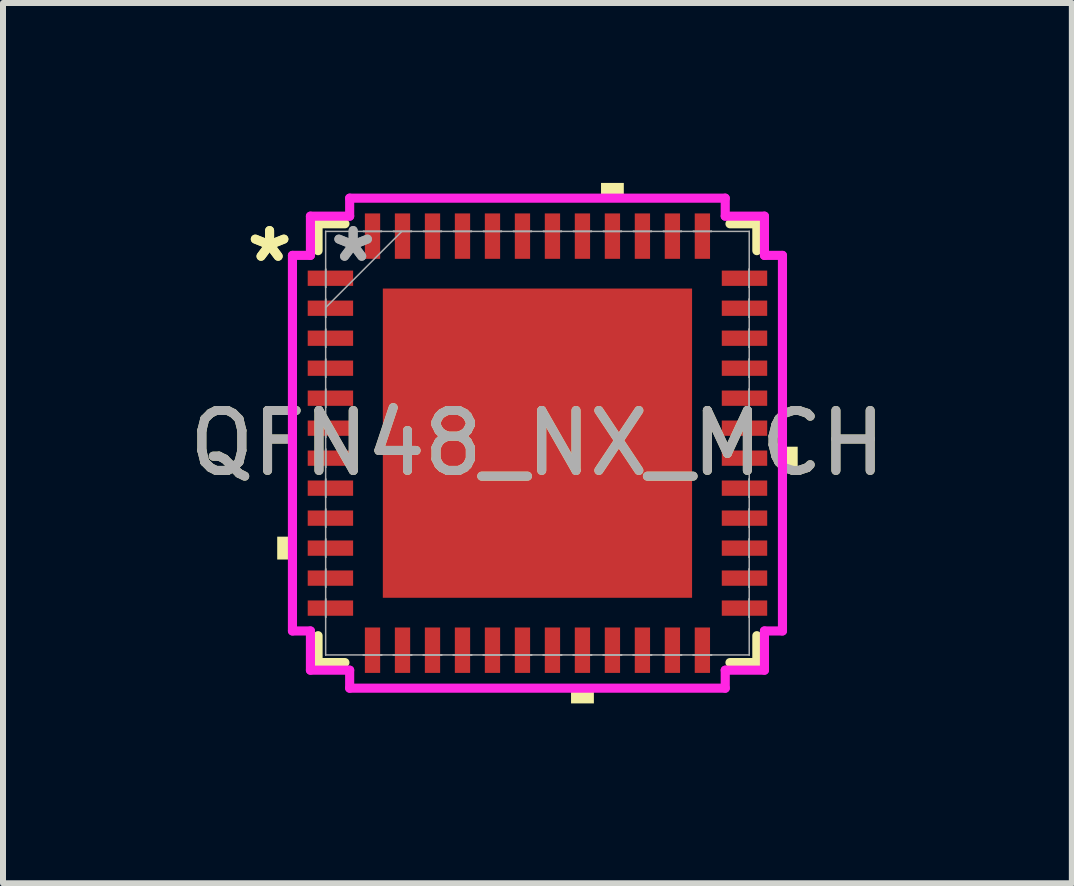
<source format=kicad_pcb>
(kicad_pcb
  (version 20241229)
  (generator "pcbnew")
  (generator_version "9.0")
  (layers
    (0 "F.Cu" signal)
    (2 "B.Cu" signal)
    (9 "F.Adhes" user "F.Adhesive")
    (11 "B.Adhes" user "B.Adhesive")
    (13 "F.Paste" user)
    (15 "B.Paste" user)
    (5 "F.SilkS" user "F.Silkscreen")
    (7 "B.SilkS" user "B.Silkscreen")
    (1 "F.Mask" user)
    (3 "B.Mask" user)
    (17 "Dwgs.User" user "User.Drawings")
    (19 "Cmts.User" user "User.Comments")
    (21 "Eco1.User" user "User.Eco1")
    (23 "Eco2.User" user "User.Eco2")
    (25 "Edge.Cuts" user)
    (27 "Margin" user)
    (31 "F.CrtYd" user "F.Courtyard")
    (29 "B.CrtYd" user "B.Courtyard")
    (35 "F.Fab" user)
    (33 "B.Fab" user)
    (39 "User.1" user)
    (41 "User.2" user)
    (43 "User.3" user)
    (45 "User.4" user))
  (footprint "QFN48_NX_MCH"
    (layer "F.Cu")
    (at 5.911 4.339)
    (property "Reference" "QFN48_NX_MCH" (at 0 0 0) (unlocked yes) (layer "F.SilkS") (effects (font (size 1 1) (thickness 0.15))))
    (attr smd)
    (fp_line (start -3.658 -3.658) (end -3.658 -3.21) (stroke (width 0.152) (type solid)) (layer "F.SilkS"))
    (fp_line (start -3.658 3.21) (end -3.658 3.658) (stroke (width 0.152) (type solid)) (layer "F.SilkS"))
    (fp_line (start -3.658 3.658) (end -3.21 3.658) (stroke (width 0.152) (type solid)) (layer "F.SilkS"))
    (fp_line (start -3.21 -3.658) (end -3.658 -3.658) (stroke (width 0.152) (type solid)) (layer "F.SilkS"))
    (fp_line (start 3.21 3.658) (end 3.658 3.658) (stroke (width 0.152) (type solid)) (layer "F.SilkS"))
    (fp_line (start 3.658 -3.658) (end 3.21 -3.658) (stroke (width 0.152) (type solid)) (layer "F.SilkS"))
    (fp_line (start 3.658 -3.21) (end 3.658 -3.658) (stroke (width 0.152) (type solid)) (layer "F.SilkS"))
    (fp_line (start 3.658 3.658) (end 3.658 3.21) (stroke (width 0.152) (type solid)) (layer "F.SilkS"))
    (fp_poly (pts (xy -4.339 1.559) (xy -4.339 1.94) (xy -4.085 1.94) (xy -4.085 1.559)) (stroke (width 0) (type solid)) (fill yes) (layer "F.SilkS"))
    (fp_poly (pts (xy 0.56 4.085) (xy 0.56 4.339) (xy 0.941 4.339) (xy 0.941 4.085)) (stroke (width 0) (type solid)) (fill yes) (layer "F.SilkS"))
    (fp_poly (pts (xy 1.06 -4.085) (xy 1.06 -4.339) (xy 1.44 -4.339) (xy 1.44 -4.085)) (stroke (width 0) (type solid)) (fill yes) (layer "F.SilkS"))
    (fp_poly (pts (xy 4.339 0.059) (xy 4.339 0.441) (xy 4.085 0.441) (xy 4.085 0.059)) (stroke (width 0) (type solid)) (fill yes) (layer "F.SilkS"))
    (fp_poly (pts (xy -2.478 -2.478) (xy -2.478 -1.389) (xy -1.389 -1.389) (xy -1.389 -2.478)) (stroke (width 0) (type solid)) (fill yes) (layer "F.Paste"))
    (fp_poly (pts (xy -2.478 -1.189) (xy -2.478 -0.1) (xy -1.389 -0.1) (xy -1.389 -1.189)) (stroke (width 0) (type solid)) (fill yes) (layer "F.Paste"))
    (fp_poly (pts (xy -2.478 0.1) (xy -2.478 1.189) (xy -1.389 1.189) (xy -1.389 0.1)) (stroke (width 0) (type solid)) (fill yes) (layer "F.Paste"))
    (fp_poly (pts (xy -2.478 1.389) (xy -2.478 2.478) (xy -1.389 2.478) (xy -1.389 1.389)) (stroke (width 0) (type solid)) (fill yes) (layer "F.Paste"))
    (fp_poly (pts (xy -1.189 -2.478) (xy -1.189 -1.389) (xy -0.1 -1.389) (xy -0.1 -2.478)) (stroke (width 0) (type solid)) (fill yes) (layer "F.Paste"))
    (fp_poly (pts (xy -1.189 -1.189) (xy -1.189 -0.1) (xy -0.1 -0.1) (xy -0.1 -1.189)) (stroke (width 0) (type solid)) (fill yes) (layer "F.Paste"))
    (fp_poly (pts (xy -1.189 0.1) (xy -1.189 1.189) (xy -0.1 1.189) (xy -0.1 0.1)) (stroke (width 0) (type solid)) (fill yes) (layer "F.Paste"))
    (fp_poly (pts (xy -1.189 1.389) (xy -1.189 2.478) (xy -0.1 2.478) (xy -0.1 1.389)) (stroke (width 0) (type solid)) (fill yes) (layer "F.Paste"))
    (fp_poly (pts (xy 0.1 -2.478) (xy 0.1 -1.389) (xy 1.189 -1.389) (xy 1.189 -2.478)) (stroke (width 0) (type solid)) (fill yes) (layer "F.Paste"))
    (fp_poly (pts (xy 0.1 -1.189) (xy 0.1 -0.1) (xy 1.189 -0.1) (xy 1.189 -1.189)) (stroke (width 0) (type solid)) (fill yes) (layer "F.Paste"))
    (fp_poly (pts (xy 0.1 0.1) (xy 0.1 1.189) (xy 1.189 1.189) (xy 1.189 0.1)) (stroke (width 0) (type solid)) (fill yes) (layer "F.Paste"))
    (fp_poly (pts (xy 0.1 1.389) (xy 0.1 2.478) (xy 1.189 2.478) (xy 1.189 1.389)) (stroke (width 0) (type solid)) (fill yes) (layer "F.Paste"))
    (fp_poly (pts (xy 1.389 -2.478) (xy 1.389 -1.389) (xy 2.478 -1.389) (xy 2.478 -2.478)) (stroke (width 0) (type solid)) (fill yes) (layer "F.Paste"))
    (fp_poly (pts (xy 1.389 -1.189) (xy 1.389 -0.1) (xy 2.478 -0.1) (xy 2.478 -1.189)) (stroke (width 0) (type solid)) (fill yes) (layer "F.Paste"))
    (fp_poly (pts (xy 1.389 0.1) (xy 1.389 1.189) (xy 2.478 1.189) (xy 2.478 0.1)) (stroke (width 0) (type solid)) (fill yes) (layer "F.Paste"))
    (fp_poly (pts (xy 1.389 1.389) (xy 1.389 2.478) (xy 2.478 2.478) (xy 2.478 1.389)) (stroke (width 0) (type solid)) (fill yes) (layer "F.Paste"))
    (fp_line (start -4.085 -3.131) (end -3.785 -3.131) (stroke (width 0.152) (type solid)) (layer "F.CrtYd"))
    (fp_line (start -4.085 3.131) (end -4.085 -3.131) (stroke (width 0.152) (type solid)) (layer "F.CrtYd"))
    (fp_line (start -3.785 -3.785) (end -3.131 -3.785) (stroke (width 0.152) (type solid)) (layer "F.CrtYd"))
    (fp_line (start -3.785 -3.131) (end -3.785 -3.785) (stroke (width 0.152) (type solid)) (layer "F.CrtYd"))
    (fp_line (start -3.785 3.131) (end -4.085 3.131) (stroke (width 0.152) (type solid)) (layer "F.CrtYd"))
    (fp_line (start -3.785 3.785) (end -3.785 3.131) (stroke (width 0.152) (type solid)) (layer "F.CrtYd"))
    (fp_line (start -3.131 -4.085) (end 3.131 -4.085) (stroke (width 0.152) (type solid)) (layer "F.CrtYd"))
    (fp_line (start -3.131 -3.785) (end -3.131 -4.085) (stroke (width 0.152) (type solid)) (layer "F.CrtYd"))
    (fp_line (start -3.131 3.785) (end -3.785 3.785) (stroke (width 0.152) (type solid)) (layer "F.CrtYd"))
    (fp_line (start -3.131 4.085) (end -3.131 3.785) (stroke (width 0.152) (type solid)) (layer "F.CrtYd"))
    (fp_line (start 3.131 -4.085) (end 3.131 -3.785) (stroke (width 0.152) (type solid)) (layer "F.CrtYd"))
    (fp_line (start 3.131 -3.785) (end 3.785 -3.785) (stroke (width 0.152) (type solid)) (layer "F.CrtYd"))
    (fp_line (start 3.131 3.785) (end 3.131 4.085) (stroke (width 0.152) (type solid)) (layer "F.CrtYd"))
    (fp_line (start 3.131 4.085) (end -3.131 4.085) (stroke (width 0.152) (type solid)) (layer "F.CrtYd"))
    (fp_line (start 3.785 -3.785) (end 3.785 -3.131) (stroke (width 0.152) (type solid)) (layer "F.CrtYd"))
    (fp_line (start 3.785 -3.131) (end 4.085 -3.131) (stroke (width 0.152) (type solid)) (layer "F.CrtYd"))
    (fp_line (start 3.785 3.131) (end 3.785 3.785) (stroke (width 0.152) (type solid)) (layer "F.CrtYd"))
    (fp_line (start 3.785 3.785) (end 3.131 3.785) (stroke (width 0.152) (type solid)) (layer "F.CrtYd"))
    (fp_line (start 4.085 -3.131) (end 4.085 3.131) (stroke (width 0.152) (type solid)) (layer "F.CrtYd"))
    (fp_line (start 4.085 3.131) (end 3.785 3.131) (stroke (width 0.152) (type solid)) (layer "F.CrtYd"))
    (fp_line (start -3.531 -3.531) (end -3.531 -3.531) (stroke (width 0.025) (type solid)) (layer "F.Fab"))
    (fp_line (start -3.531 -3.531) (end -3.531 3.531) (stroke (width 0.025) (type solid)) (layer "F.Fab"))
    (fp_line (start -3.531 -2.902) (end -3.531 -2.902) (stroke (width 0.025) (type solid)) (layer "F.Fab"))
    (fp_line (start -3.531 -2.902) (end -3.531 -2.598) (stroke (width 0.025) (type solid)) (layer "F.Fab"))
    (fp_line (start -3.531 -2.598) (end -3.531 -2.902) (stroke (width 0.025) (type solid)) (layer "F.Fab"))
    (fp_line (start -3.531 -2.598) (end -3.531 -2.598) (stroke (width 0.025) (type solid)) (layer "F.Fab"))
    (fp_line (start -3.531 -2.402) (end -3.531 -2.402) (stroke (width 0.025) (type solid)) (layer "F.Fab"))
    (fp_line (start -3.531 -2.402) (end -3.531 -2.098) (stroke (width 0.025) (type solid)) (layer "F.Fab"))
    (fp_line (start -3.531 -2.261) (end -2.261 -3.531) (stroke (width 0.025) (type solid)) (layer "F.Fab"))
    (fp_line (start -3.531 -2.098) (end -3.531 -2.402) (stroke (width 0.025) (type solid)) (layer "F.Fab"))
    (fp_line (start -3.531 -2.098) (end -3.531 -2.098) (stroke (width 0.025) (type solid)) (layer "F.Fab"))
    (fp_line (start -3.531 -1.902) (end -3.531 -1.902) (stroke (width 0.025) (type solid)) (layer "F.Fab"))
    (fp_line (start -3.531 -1.902) (end -3.531 -1.598) (stroke (width 0.025) (type solid)) (layer "F.Fab"))
    (fp_line (start -3.531 -1.598) (end -3.531 -1.902) (stroke (width 0.025) (type solid)) (layer "F.Fab"))
    (fp_line (start -3.531 -1.598) (end -3.531 -1.598) (stroke (width 0.025) (type solid)) (layer "F.Fab"))
    (fp_line (start -3.531 -1.402) (end -3.531 -1.402) (stroke (width 0.025) (type solid)) (layer "F.Fab"))
    (fp_line (start -3.531 -1.402) (end -3.531 -1.098) (stroke (width 0.025) (type solid)) (layer "F.Fab"))
    (fp_line (start -3.531 -1.098) (end -3.531 -1.402) (stroke (width 0.025) (type solid)) (layer "F.Fab"))
    (fp_line (start -3.531 -1.098) (end -3.531 -1.098) (stroke (width 0.025) (type solid)) (layer "F.Fab"))
    (fp_line (start -3.531 -0.902) (end -3.531 -0.902) (stroke (width 0.025) (type solid)) (layer "F.Fab"))
    (fp_line (start -3.531 -0.902) (end -3.531 -0.598) (stroke (width 0.025) (type solid)) (layer "F.Fab"))
    (fp_line (start -3.531 -0.598) (end -3.531 -0.902) (stroke (width 0.025) (type solid)) (layer "F.Fab"))
    (fp_line (start -3.531 -0.598) (end -3.531 -0.598) (stroke (width 0.025) (type solid)) (layer "F.Fab"))
    (fp_line (start -3.531 -0.402) (end -3.531 -0.402) (stroke (width 0.025) (type solid)) (layer "F.Fab"))
    (fp_line (start -3.531 -0.402) (end -3.531 -0.098) (stroke (width 0.025) (type solid)) (layer "F.Fab"))
    (fp_line (start -3.531 -0.098) (end -3.531 -0.402) (stroke (width 0.025) (type solid)) (layer "F.Fab"))
    (fp_line (start -3.531 -0.098) (end -3.531 -0.098) (stroke (width 0.025) (type solid)) (layer "F.Fab"))
    (fp_line (start -3.531 0.098) (end -3.531 0.098) (stroke (width 0.025) (type solid)) (layer "F.Fab"))
    (fp_line (start -3.531 0.098) (end -3.531 0.402) (stroke (width 0.025) (type solid)) (layer "F.Fab"))
    (fp_line (start -3.531 0.402) (end -3.531 0.098) (stroke (width 0.025) (type solid)) (layer "F.Fab"))
    (fp_line (start -3.531 0.402) (end -3.531 0.402) (stroke (width 0.025) (type solid)) (layer "F.Fab"))
    (fp_line (start -3.531 0.598) (end -3.531 0.598) (stroke (width 0.025) (type solid)) (layer "F.Fab"))
    (fp_line (start -3.531 0.598) (end -3.531 0.902) (stroke (width 0.025) (type solid)) (layer "F.Fab"))
    (fp_line (start -3.531 0.902) (end -3.531 0.598) (stroke (width 0.025) (type solid)) (layer "F.Fab"))
    (fp_line (start -3.531 0.902) (end -3.531 0.902) (stroke (width 0.025) (type solid)) (layer "F.Fab"))
    (fp_line (start -3.531 1.098) (end -3.531 1.098) (stroke (width 0.025) (type solid)) (layer "F.Fab"))
    (fp_line (start -3.531 1.098) (end -3.531 1.402) (stroke (width 0.025) (type solid)) (layer "F.Fab"))
    (fp_line (start -3.531 1.402) (end -3.531 1.098) (stroke (width 0.025) (type solid)) (layer "F.Fab"))
    (fp_line (start -3.531 1.402) (end -3.531 1.402) (stroke (width 0.025) (type solid)) (layer "F.Fab"))
    (fp_line (start -3.531 1.598) (end -3.531 1.598) (stroke (width 0.025) (type solid)) (layer "F.Fab"))
    (fp_line (start -3.531 1.598) (end -3.531 1.902) (stroke (width 0.025) (type solid)) (layer "F.Fab"))
    (fp_line (start -3.531 1.902) (end -3.531 1.598) (stroke (width 0.025) (type solid)) (layer "F.Fab"))
    (fp_line (start -3.531 1.902) (end -3.531 1.902) (stroke (width 0.025) (type solid)) (layer "F.Fab"))
    (fp_line (start -3.531 2.098) (end -3.531 2.098) (stroke (width 0.025) (type solid)) (layer "F.Fab"))
    (fp_line (start -3.531 2.098) (end -3.531 2.402) (stroke (width 0.025) (type solid)) (layer "F.Fab"))
    (fp_line (start -3.531 2.402) (end -3.531 2.098) (stroke (width 0.025) (type solid)) (layer "F.Fab"))
    (fp_line (start -3.531 2.402) (end -3.531 2.402) (stroke (width 0.025) (type solid)) (layer "F.Fab"))
    (fp_line (start -3.531 2.598) (end -3.531 2.598) (stroke (width 0.025) (type solid)) (layer "F.Fab"))
    (fp_line (start -3.531 2.598) (end -3.531 2.902) (stroke (width 0.025) (type solid)) (layer "F.Fab"))
    (fp_line (start -3.531 2.902) (end -3.531 2.598) (stroke (width 0.025) (type solid)) (layer "F.Fab"))
    (fp_line (start -3.531 2.902) (end -3.531 2.902) (stroke (width 0.025) (type solid)) (layer "F.Fab"))
    (fp_line (start -3.531 3.531) (end -3.531 3.531) (stroke (width 0.025) (type solid)) (layer "F.Fab"))
    (fp_line (start -3.531 3.531) (end 3.531 3.531) (stroke (width 0.025) (type solid)) (layer "F.Fab"))
    (fp_line (start -2.902 -3.531) (end -2.902 -3.531) (stroke (width 0.025) (type solid)) (layer "F.Fab"))
    (fp_line (start -2.902 -3.531) (end -2.598 -3.531) (stroke (width 0.025) (type solid)) (layer "F.Fab"))
    (fp_line (start -2.902 3.531) (end -2.902 3.531) (stroke (width 0.025) (type solid)) (layer "F.Fab"))
    (fp_line (start -2.902 3.531) (end -2.598 3.531) (stroke (width 0.025) (type solid)) (layer "F.Fab"))
    (fp_line (start -2.598 -3.531) (end -2.902 -3.531) (stroke (width 0.025) (type solid)) (layer "F.Fab"))
    (fp_line (start -2.598 -3.531) (end -2.598 -3.531) (stroke (width 0.025) (type solid)) (layer "F.Fab"))
    (fp_line (start -2.598 3.531) (end -2.902 3.531) (stroke (width 0.025) (type solid)) (layer "F.Fab"))
    (fp_line (start -2.598 3.531) (end -2.598 3.531) (stroke (width 0.025) (type solid)) (layer "F.Fab"))
    (fp_line (start -2.402 -3.531) (end -2.402 -3.531) (stroke (width 0.025) (type solid)) (layer "F.Fab"))
    (fp_line (start -2.402 -3.531) (end -2.098 -3.531) (stroke (width 0.025) (type solid)) (layer "F.Fab"))
    (fp_line (start -2.402 3.531) (end -2.402 3.531) (stroke (width 0.025) (type solid)) (layer "F.Fab"))
    (fp_line (start -2.402 3.531) (end -2.098 3.531) (stroke (width 0.025) (type solid)) (layer "F.Fab"))
    (fp_line (start -2.098 -3.531) (end -2.402 -3.531) (stroke (width 0.025) (type solid)) (layer "F.Fab"))
    (fp_line (start -2.098 -3.531) (end -2.098 -3.531) (stroke (width 0.025) (type solid)) (layer "F.Fab"))
    (fp_line (start -2.098 3.531) (end -2.402 3.531) (stroke (width 0.025) (type solid)) (layer "F.Fab"))
    (fp_line (start -2.098 3.531) (end -2.098 3.531) (stroke (width 0.025) (type solid)) (layer "F.Fab"))
    (fp_line (start -1.902 -3.531) (end -1.902 -3.531) (stroke (width 0.025) (type solid)) (layer "F.Fab"))
    (fp_line (start -1.902 -3.531) (end -1.598 -3.531) (stroke (width 0.025) (type solid)) (layer "F.Fab"))
    (fp_line (start -1.902 3.531) (end -1.902 3.531) (stroke (width 0.025) (type solid)) (layer "F.Fab"))
    (fp_line (start -1.902 3.531) (end -1.598 3.531) (stroke (width 0.025) (type solid)) (layer "F.Fab"))
    (fp_line (start -1.598 -3.531) (end -1.902 -3.531) (stroke (width 0.025) (type solid)) (layer "F.Fab"))
    (fp_line (start -1.598 -3.531) (end -1.598 -3.531) (stroke (width 0.025) (type solid)) (layer "F.Fab"))
    (fp_line (start -1.598 3.531) (end -1.902 3.531) (stroke (width 0.025) (type solid)) (layer "F.Fab"))
    (fp_line (start -1.598 3.531) (end -1.598 3.531) (stroke (width 0.025) (type solid)) (layer "F.Fab"))
    (fp_line (start -1.402 -3.531) (end -1.402 -3.531) (stroke (width 0.025) (type solid)) (layer "F.Fab"))
    (fp_line (start -1.402 -3.531) (end -1.098 -3.531) (stroke (width 0.025) (type solid)) (layer "F.Fab"))
    (fp_line (start -1.402 3.531) (end -1.402 3.531) (stroke (width 0.025) (type solid)) (layer "F.Fab"))
    (fp_line (start -1.402 3.531) (end -1.098 3.531) (stroke (width 0.025) (type solid)) (layer "F.Fab"))
    (fp_line (start -1.098 -3.531) (end -1.402 -3.531) (stroke (width 0.025) (type solid)) (layer "F.Fab"))
    (fp_line (start -1.098 -3.531) (end -1.098 -3.531) (stroke (width 0.025) (type solid)) (layer "F.Fab"))
    (fp_line (start -1.098 3.531) (end -1.402 3.531) (stroke (width 0.025) (type solid)) (layer "F.Fab"))
    (fp_line (start -1.098 3.531) (end -1.098 3.531) (stroke (width 0.025) (type solid)) (layer "F.Fab"))
    (fp_line (start -0.902 -3.531) (end -0.902 -3.531) (stroke (width 0.025) (type solid)) (layer "F.Fab"))
    (fp_line (start -0.902 -3.531) (end -0.598 -3.531) (stroke (width 0.025) (type solid)) (layer "F.Fab"))
    (fp_line (start -0.902 3.531) (end -0.902 3.531) (stroke (width 0.025) (type solid)) (layer "F.Fab"))
    (fp_line (start -0.902 3.531) (end -0.598 3.531) (stroke (width 0.025) (type solid)) (layer "F.Fab"))
    (fp_line (start -0.598 -3.531) (end -0.902 -3.531) (stroke (width 0.025) (type solid)) (layer "F.Fab"))
    (fp_line (start -0.598 -3.531) (end -0.598 -3.531) (stroke (width 0.025) (type solid)) (layer "F.Fab"))
    (fp_line (start -0.598 3.531) (end -0.902 3.531) (stroke (width 0.025) (type solid)) (layer "F.Fab"))
    (fp_line (start -0.598 3.531) (end -0.598 3.531) (stroke (width 0.025) (type solid)) (layer "F.Fab"))
    (fp_line (start -0.402 -3.531) (end -0.402 -3.531) (stroke (width 0.025) (type solid)) (layer "F.Fab"))
    (fp_line (start -0.402 -3.531) (end -0.098 -3.531) (stroke (width 0.025) (type solid)) (layer "F.Fab"))
    (fp_line (start -0.402 3.531) (end -0.402 3.531) (stroke (width 0.025) (type solid)) (layer "F.Fab"))
    (fp_line (start -0.402 3.531) (end -0.098 3.531) (stroke (width 0.025) (type solid)) (layer "F.Fab"))
    (fp_line (start -0.098 -3.531) (end -0.402 -3.531) (stroke (width 0.025) (type solid)) (layer "F.Fab"))
    (fp_line (start -0.098 -3.531) (end -0.098 -3.531) (stroke (width 0.025) (type solid)) (layer "F.Fab"))
    (fp_line (start -0.098 3.531) (end -0.402 3.531) (stroke (width 0.025) (type solid)) (layer "F.Fab"))
    (fp_line (start -0.098 3.531) (end -0.098 3.531) (stroke (width 0.025) (type solid)) (layer "F.Fab"))
    (fp_line (start 0.098 -3.531) (end 0.098 -3.531) (stroke (width 0.025) (type solid)) (layer "F.Fab"))
    (fp_line (start 0.098 -3.531) (end 0.402 -3.531) (stroke (width 0.025) (type solid)) (layer "F.Fab"))
    (fp_line (start 0.098 3.531) (end 0.098 3.531) (stroke (width 0.025) (type solid)) (layer "F.Fab"))
    (fp_line (start 0.098 3.531) (end 0.402 3.531) (stroke (width 0.025) (type solid)) (layer "F.Fab"))
    (fp_line (start 0.402 -3.531) (end 0.098 -3.531) (stroke (width 0.025) (type solid)) (layer "F.Fab"))
    (fp_line (start 0.402 -3.531) (end 0.402 -3.531) (stroke (width 0.025) (type solid)) (layer "F.Fab"))
    (fp_line (start 0.402 3.531) (end 0.098 3.531) (stroke (width 0.025) (type solid)) (layer "F.Fab"))
    (fp_line (start 0.402 3.531) (end 0.402 3.531) (stroke (width 0.025) (type solid)) (layer "F.Fab"))
    (fp_line (start 0.598 -3.531) (end 0.598 -3.531) (stroke (width 0.025) (type solid)) (layer "F.Fab"))
    (fp_line (start 0.598 -3.531) (end 0.902 -3.531) (stroke (width 0.025) (type solid)) (layer "F.Fab"))
    (fp_line (start 0.598 3.531) (end 0.598 3.531) (stroke (width 0.025) (type solid)) (layer "F.Fab"))
    (fp_line (start 0.598 3.531) (end 0.902 3.531) (stroke (width 0.025) (type solid)) (layer "F.Fab"))
    (fp_line (start 0.902 -3.531) (end 0.598 -3.531) (stroke (width 0.025) (type solid)) (layer "F.Fab"))
    (fp_line (start 0.902 -3.531) (end 0.902 -3.531) (stroke (width 0.025) (type solid)) (layer "F.Fab"))
    (fp_line (start 0.902 3.531) (end 0.598 3.531) (stroke (width 0.025) (type solid)) (layer "F.Fab"))
    (fp_line (start 0.902 3.531) (end 0.902 3.531) (stroke (width 0.025) (type solid)) (layer "F.Fab"))
    (fp_line (start 1.098 -3.531) (end 1.098 -3.531) (stroke (width 0.025) (type solid)) (layer "F.Fab"))
    (fp_line (start 1.098 -3.531) (end 1.402 -3.531) (stroke (width 0.025) (type solid)) (layer "F.Fab"))
    (fp_line (start 1.098 3.531) (end 1.098 3.531) (stroke (width 0.025) (type solid)) (layer "F.Fab"))
    (fp_line (start 1.098 3.531) (end 1.402 3.531) (stroke (width 0.025) (type solid)) (layer "F.Fab"))
    (fp_line (start 1.402 -3.531) (end 1.098 -3.531) (stroke (width 0.025) (type solid)) (layer "F.Fab"))
    (fp_line (start 1.402 -3.531) (end 1.402 -3.531) (stroke (width 0.025) (type solid)) (layer "F.Fab"))
    (fp_line (start 1.402 3.531) (end 1.098 3.531) (stroke (width 0.025) (type solid)) (layer "F.Fab"))
    (fp_line (start 1.402 3.531) (end 1.402 3.531) (stroke (width 0.025) (type solid)) (layer "F.Fab"))
    (fp_line (start 1.598 -3.531) (end 1.598 -3.531) (stroke (width 0.025) (type solid)) (layer "F.Fab"))
    (fp_line (start 1.598 -3.531) (end 1.902 -3.531) (stroke (width 0.025) (type solid)) (layer "F.Fab"))
    (fp_line (start 1.598 3.531) (end 1.598 3.531) (stroke (width 0.025) (type solid)) (layer "F.Fab"))
    (fp_line (start 1.598 3.531) (end 1.902 3.531) (stroke (width 0.025) (type solid)) (layer "F.Fab"))
    (fp_line (start 1.902 -3.531) (end 1.598 -3.531) (stroke (width 0.025) (type solid)) (layer "F.Fab"))
    (fp_line (start 1.902 -3.531) (end 1.902 -3.531) (stroke (width 0.025) (type solid)) (layer "F.Fab"))
    (fp_line (start 1.902 3.531) (end 1.598 3.531) (stroke (width 0.025) (type solid)) (layer "F.Fab"))
    (fp_line (start 1.902 3.531) (end 1.902 3.531) (stroke (width 0.025) (type solid)) (layer "F.Fab"))
    (fp_line (start 2.098 -3.531) (end 2.098 -3.531) (stroke (width 0.025) (type solid)) (layer "F.Fab"))
    (fp_line (start 2.098 -3.531) (end 2.402 -3.531) (stroke (width 0.025) (type solid)) (layer "F.Fab"))
    (fp_line (start 2.098 3.531) (end 2.098 3.531) (stroke (width 0.025) (type solid)) (layer "F.Fab"))
    (fp_line (start 2.098 3.531) (end 2.402 3.531) (stroke (width 0.025) (type solid)) (layer "F.Fab"))
    (fp_line (start 2.402 -3.531) (end 2.098 -3.531) (stroke (width 0.025) (type solid)) (layer "F.Fab"))
    (fp_line (start 2.402 -3.531) (end 2.402 -3.531) (stroke (width 0.025) (type solid)) (layer "F.Fab"))
    (fp_line (start 2.402 3.531) (end 2.098 3.531) (stroke (width 0.025) (type solid)) (layer "F.Fab"))
    (fp_line (start 2.402 3.531) (end 2.402 3.531) (stroke (width 0.025) (type solid)) (layer "F.Fab"))
    (fp_line (start 2.598 -3.531) (end 2.598 -3.531) (stroke (width 0.025) (type solid)) (layer "F.Fab"))
    (fp_line (start 2.598 -3.531) (end 2.902 -3.531) (stroke (width 0.025) (type solid)) (layer "F.Fab"))
    (fp_line (start 2.598 3.531) (end 2.598 3.531) (stroke (width 0.025) (type solid)) (layer "F.Fab"))
    (fp_line (start 2.598 3.531) (end 2.902 3.531) (stroke (width 0.025) (type solid)) (layer "F.Fab"))
    (fp_line (start 2.902 -3.531) (end 2.598 -3.531) (stroke (width 0.025) (type solid)) (layer "F.Fab"))
    (fp_line (start 2.902 -3.531) (end 2.902 -3.531) (stroke (width 0.025) (type solid)) (layer "F.Fab"))
    (fp_line (start 2.902 3.531) (end 2.598 3.531) (stroke (width 0.025) (type solid)) (layer "F.Fab"))
    (fp_line (start 2.902 3.531) (end 2.902 3.531) (stroke (width 0.025) (type solid)) (layer "F.Fab"))
    (fp_line (start 3.531 -3.531) (end -3.531 -3.531) (stroke (width 0.025) (type solid)) (layer "F.Fab"))
    (fp_line (start 3.531 -3.531) (end 3.531 -3.531) (stroke (width 0.025) (type solid)) (layer "F.Fab"))
    (fp_line (start 3.531 -2.902) (end 3.531 -2.902) (stroke (width 0.025) (type solid)) (layer "F.Fab"))
    (fp_line (start 3.531 -2.902) (end 3.531 -2.598) (stroke (width 0.025) (type solid)) (layer "F.Fab"))
    (fp_line (start 3.531 -2.598) (end 3.531 -2.902) (stroke (width 0.025) (type solid)) (layer "F.Fab"))
    (fp_line (start 3.531 -2.598) (end 3.531 -2.598) (stroke (width 0.025) (type solid)) (layer "F.Fab"))
    (fp_line (start 3.531 -2.402) (end 3.531 -2.402) (stroke (width 0.025) (type solid)) (layer "F.Fab"))
    (fp_line (start 3.531 -2.402) (end 3.531 -2.098) (stroke (width 0.025) (type solid)) (layer "F.Fab"))
    (fp_line (start 3.531 -2.098) (end 3.531 -2.402) (stroke (width 0.025) (type solid)) (layer "F.Fab"))
    (fp_line (start 3.531 -2.098) (end 3.531 -2.098) (stroke (width 0.025) (type solid)) (layer "F.Fab"))
    (fp_line (start 3.531 -1.902) (end 3.531 -1.902) (stroke (width 0.025) (type solid)) (layer "F.Fab"))
    (fp_line (start 3.531 -1.902) (end 3.531 -1.598) (stroke (width 0.025) (type solid)) (layer "F.Fab"))
    (fp_line (start 3.531 -1.598) (end 3.531 -1.902) (stroke (width 0.025) (type solid)) (layer "F.Fab"))
    (fp_line (start 3.531 -1.598) (end 3.531 -1.598) (stroke (width 0.025) (type solid)) (layer "F.Fab"))
    (fp_line (start 3.531 -1.402) (end 3.531 -1.402) (stroke (width 0.025) (type solid)) (layer "F.Fab"))
    (fp_line (start 3.531 -1.402) (end 3.531 -1.098) (stroke (width 0.025) (type solid)) (layer "F.Fab"))
    (fp_line (start 3.531 -1.098) (end 3.531 -1.402) (stroke (width 0.025) (type solid)) (layer "F.Fab"))
    (fp_line (start 3.531 -1.098) (end 3.531 -1.098) (stroke (width 0.025) (type solid)) (layer "F.Fab"))
    (fp_line (start 3.531 -0.902) (end 3.531 -0.902) (stroke (width 0.025) (type solid)) (layer "F.Fab"))
    (fp_line (start 3.531 -0.902) (end 3.531 -0.598) (stroke (width 0.025) (type solid)) (layer "F.Fab"))
    (fp_line (start 3.531 -0.598) (end 3.531 -0.902) (stroke (width 0.025) (type solid)) (layer "F.Fab"))
    (fp_line (start 3.531 -0.598) (end 3.531 -0.598) (stroke (width 0.025) (type solid)) (layer "F.Fab"))
    (fp_line (start 3.531 -0.402) (end 3.531 -0.402) (stroke (width 0.025) (type solid)) (layer "F.Fab"))
    (fp_line (start 3.531 -0.402) (end 3.531 -0.098) (stroke (width 0.025) (type solid)) (layer "F.Fab"))
    (fp_line (start 3.531 -0.098) (end 3.531 -0.402) (stroke (width 0.025) (type solid)) (layer "F.Fab"))
    (fp_line (start 3.531 -0.098) (end 3.531 -0.098) (stroke (width 0.025) (type solid)) (layer "F.Fab"))
    (fp_line (start 3.531 0.098) (end 3.531 0.098) (stroke (width 0.025) (type solid)) (layer "F.Fab"))
    (fp_line (start 3.531 0.098) (end 3.531 0.402) (stroke (width 0.025) (type solid)) (layer "F.Fab"))
    (fp_line (start 3.531 0.402) (end 3.531 0.098) (stroke (width 0.025) (type solid)) (layer "F.Fab"))
    (fp_line (start 3.531 0.402) (end 3.531 0.402) (stroke (width 0.025) (type solid)) (layer "F.Fab"))
    (fp_line (start 3.531 0.598) (end 3.531 0.598) (stroke (width 0.025) (type solid)) (layer "F.Fab"))
    (fp_line (start 3.531 0.598) (end 3.531 0.902) (stroke (width 0.025) (type solid)) (layer "F.Fab"))
    (fp_line (start 3.531 0.902) (end 3.531 0.598) (stroke (width 0.025) (type solid)) (layer "F.Fab"))
    (fp_line (start 3.531 0.902) (end 3.531 0.902) (stroke (width 0.025) (type solid)) (layer "F.Fab"))
    (fp_line (start 3.531 1.098) (end 3.531 1.098) (stroke (width 0.025) (type solid)) (layer "F.Fab"))
    (fp_line (start 3.531 1.098) (end 3.531 1.402) (stroke (width 0.025) (type solid)) (layer "F.Fab"))
    (fp_line (start 3.531 1.402) (end 3.531 1.098) (stroke (width 0.025) (type solid)) (layer "F.Fab"))
    (fp_line (start 3.531 1.402) (end 3.531 1.402) (stroke (width 0.025) (type solid)) (layer "F.Fab"))
    (fp_line (start 3.531 1.598) (end 3.531 1.598) (stroke (width 0.025) (type solid)) (layer "F.Fab"))
    (fp_line (start 3.531 1.598) (end 3.531 1.902) (stroke (width 0.025) (type solid)) (layer "F.Fab"))
    (fp_line (start 3.531 1.902) (end 3.531 1.598) (stroke (width 0.025) (type solid)) (layer "F.Fab"))
    (fp_line (start 3.531 1.902) (end 3.531 1.902) (stroke (width 0.025) (type solid)) (layer "F.Fab"))
    (fp_line (start 3.531 2.098) (end 3.531 2.098) (stroke (width 0.025) (type solid)) (layer "F.Fab"))
    (fp_line (start 3.531 2.098) (end 3.531 2.402) (stroke (width 0.025) (type solid)) (layer "F.Fab"))
    (fp_line (start 3.531 2.402) (end 3.531 2.098) (stroke (width 0.025) (type solid)) (layer "F.Fab"))
    (fp_line (start 3.531 2.402) (end 3.531 2.402) (stroke (width 0.025) (type solid)) (layer "F.Fab"))
    (fp_line (start 3.531 2.598) (end 3.531 2.598) (stroke (width 0.025) (type solid)) (layer "F.Fab"))
    (fp_line (start 3.531 2.598) (end 3.531 2.902) (stroke (width 0.025) (type solid)) (layer "F.Fab"))
    (fp_line (start 3.531 2.902) (end 3.531 2.598) (stroke (width 0.025) (type solid)) (layer "F.Fab"))
    (fp_line (start 3.531 2.902) (end 3.531 2.902) (stroke (width 0.025) (type solid)) (layer "F.Fab"))
    (fp_line (start 3.531 3.531) (end 3.531 -3.531) (stroke (width 0.025) (type solid)) (layer "F.Fab"))
    (fp_line (start 3.531 3.531) (end 3.531 3.531) (stroke (width 0.025) (type solid)) (layer "F.Fab"))
    (fp_text user "*" (at -4.466 -3 0) (layer "F.SilkS") (effects (font (size 1 1) (thickness 0.15))))
    (fp_text user "*" (at -4.466 -3 0) (unlocked yes) (layer "F.SilkS") (effects (font (size 1 1) (thickness 0.15))))
    (fp_text user "*" (at -3.073 -3 0) (unlocked yes) (layer "F.Fab") (effects (font (size 1 1) (thickness 0.15))))
    (fp_text user "*" (at -3.073 -3 0) (layer "F.Fab") (effects (font (size 1 1) (thickness 0.15))))
    (fp_text user "${REFERENCE}" (at 0 0 0) (unlocked yes) (layer "F.Fab") (effects (font (size 1 1) (thickness 0.15))))
    (pad "1" smd rect (at -3.452 -2.75 90) (size 0.255 0.757) (layers "F.Cu" "F.Mask" "F.Paste"))
    (pad "2" smd rect (at -3.452 -2.25 90) (size 0.255 0.757) (layers "F.Cu" "F.Mask" "F.Paste"))
    (pad "3" smd rect (at -3.452 -1.75 90) (size 0.255 0.757) (layers "F.Cu" "F.Mask" "F.Paste"))
    (pad "4" smd rect (at -3.452 -1.25 90) (size 0.255 0.757) (layers "F.Cu" "F.Mask" "F.Paste"))
    (pad "5" smd rect (at -3.452 -0.75 90) (size 0.255 0.757) (layers "F.Cu" "F.Mask" "F.Paste"))
    (pad "6" smd rect (at -3.452 -0.25 90) (size 0.255 0.757) (layers "F.Cu" "F.Mask" "F.Paste"))
    (pad "7" smd rect (at -3.452 0.25 90) (size 0.255 0.757) (layers "F.Cu" "F.Mask" "F.Paste"))
    (pad "8" smd rect (at -3.452 0.75 90) (size 0.255 0.757) (layers "F.Cu" "F.Mask" "F.Paste"))
    (pad "9" smd rect (at -3.452 1.25 90) (size 0.255 0.757) (layers "F.Cu" "F.Mask" "F.Paste"))
    (pad "10" smd rect (at -3.452 1.75 90) (size 0.255 0.757) (layers "F.Cu" "F.Mask" "F.Paste"))
    (pad "11" smd rect (at -3.452 2.25 90) (size 0.255 0.757) (layers "F.Cu" "F.Mask" "F.Paste"))
    (pad "12" smd rect (at -3.452 2.75 90) (size 0.255 0.757) (layers "F.Cu" "F.Mask" "F.Paste"))
    (pad "13" smd rect (at -2.75 3.452) (size 0.255 0.757) (layers "F.Cu" "F.Mask" "F.Paste"))
    (pad "14" smd rect (at -2.25 3.452) (size 0.255 0.757) (layers "F.Cu" "F.Mask" "F.Paste"))
    (pad "15" smd rect (at -1.75 3.452) (size 0.255 0.757) (layers "F.Cu" "F.Mask" "F.Paste"))
    (pad "16" smd rect (at -1.25 3.452) (size 0.255 0.757) (layers "F.Cu" "F.Mask" "F.Paste"))
    (pad "17" smd rect (at -0.75 3.452) (size 0.255 0.757) (layers "F.Cu" "F.Mask" "F.Paste"))
    (pad "18" smd rect (at -0.25 3.452) (size 0.255 0.757) (layers "F.Cu" "F.Mask" "F.Paste"))
    (pad "19" smd rect (at 0.25 3.452) (size 0.255 0.757) (layers "F.Cu" "F.Mask" "F.Paste"))
    (pad "20" smd rect (at 0.75 3.452) (size 0.255 0.757) (layers "F.Cu" "F.Mask" "F.Paste"))
    (pad "21" smd rect (at 1.25 3.452) (size 0.255 0.757) (layers "F.Cu" "F.Mask" "F.Paste"))
    (pad "22" smd rect (at 1.75 3.452) (size 0.255 0.757) (layers "F.Cu" "F.Mask" "F.Paste"))
    (pad "23" smd rect (at 2.25 3.452) (size 0.255 0.757) (layers "F.Cu" "F.Mask" "F.Paste"))
    (pad "24" smd rect (at 2.75 3.452) (size 0.255 0.757) (layers "F.Cu" "F.Mask" "F.Paste"))
    (pad "25" smd rect (at 3.452 2.75 90) (size 0.255 0.757) (layers "F.Cu" "F.Mask" "F.Paste"))
    (pad "26" smd rect (at 3.452 2.25 90) (size 0.255 0.757) (layers "F.Cu" "F.Mask" "F.Paste"))
    (pad "27" smd rect (at 3.452 1.75 90) (size 0.255 0.757) (layers "F.Cu" "F.Mask" "F.Paste"))
    (pad "28" smd rect (at 3.452 1.25 90) (size 0.255 0.757) (layers "F.Cu" "F.Mask" "F.Paste"))
    (pad "29" smd rect (at 3.452 0.75 90) (size 0.255 0.757) (layers "F.Cu" "F.Mask" "F.Paste"))
    (pad "30" smd rect (at 3.452 0.25 90) (size 0.255 0.757) (layers "F.Cu" "F.Mask" "F.Paste"))
    (pad "31" smd rect (at 3.452 -0.25 90) (size 0.255 0.757) (layers "F.Cu" "F.Mask" "F.Paste"))
    (pad "32" smd rect (at 3.452 -0.75 90) (size 0.255 0.757) (layers "F.Cu" "F.Mask" "F.Paste"))
    (pad "33" smd rect (at 3.452 -1.25 90) (size 0.255 0.757) (layers "F.Cu" "F.Mask" "F.Paste"))
    (pad "34" smd rect (at 3.452 -1.75 90) (size 0.255 0.757) (layers "F.Cu" "F.Mask" "F.Paste"))
    (pad "35" smd rect (at 3.452 -2.25 90) (size 0.255 0.757) (layers "F.Cu" "F.Mask" "F.Paste"))
    (pad "36" smd rect (at 3.452 -2.75 90) (size 0.255 0.757) (layers "F.Cu" "F.Mask" "F.Paste"))
    (pad "37" smd rect (at 2.75 -3.452) (size 0.255 0.757) (layers "F.Cu" "F.Mask" "F.Paste"))
    (pad "38" smd rect (at 2.25 -3.452) (size 0.255 0.757) (layers "F.Cu" "F.Mask" "F.Paste"))
    (pad "39" smd rect (at 1.75 -3.452) (size 0.255 0.757) (layers "F.Cu" "F.Mask" "F.Paste"))
    (pad "40" smd rect (at 1.25 -3.452) (size 0.255 0.757) (layers "F.Cu" "F.Mask" "F.Paste"))
    (pad "41" smd rect (at 0.75 -3.452) (size 0.255 0.757) (layers "F.Cu" "F.Mask" "F.Paste"))
    (pad "42" smd rect (at 0.25 -3.452) (size 0.255 0.757) (layers "F.Cu" "F.Mask" "F.Paste"))
    (pad "43" smd rect (at -0.25 -3.452) (size 0.255 0.757) (layers "F.Cu" "F.Mask" "F.Paste"))
    (pad "44" smd rect (at -0.75 -3.452) (size 0.255 0.757) (layers "F.Cu" "F.Mask" "F.Paste"))
    (pad "45" smd rect (at -1.25 -3.452) (size 0.255 0.757) (layers "F.Cu" "F.Mask" "F.Paste"))
    (pad "46" smd rect (at -1.75 -3.452) (size 0.255 0.757) (layers "F.Cu" "F.Mask" "F.Paste"))
    (pad "47" smd rect (at -2.25 -3.452) (size 0.255 0.757) (layers "F.Cu" "F.Mask" "F.Paste"))
    (pad "48" smd rect (at -2.75 -3.452) (size 0.255 0.757) (layers "F.Cu" "F.Mask" "F.Paste"))
    (pad "49" smd rect (at 0 0) (size 5.156 5.156) (layers "F.Cu" "F.Mask")))
  (gr_rect
    (start -3 -3)
    (end 14.821 11.677)
    (stroke (width 0.1) (type default))
    (fill no)
    (layer "Edge.Cuts")))
</source>
